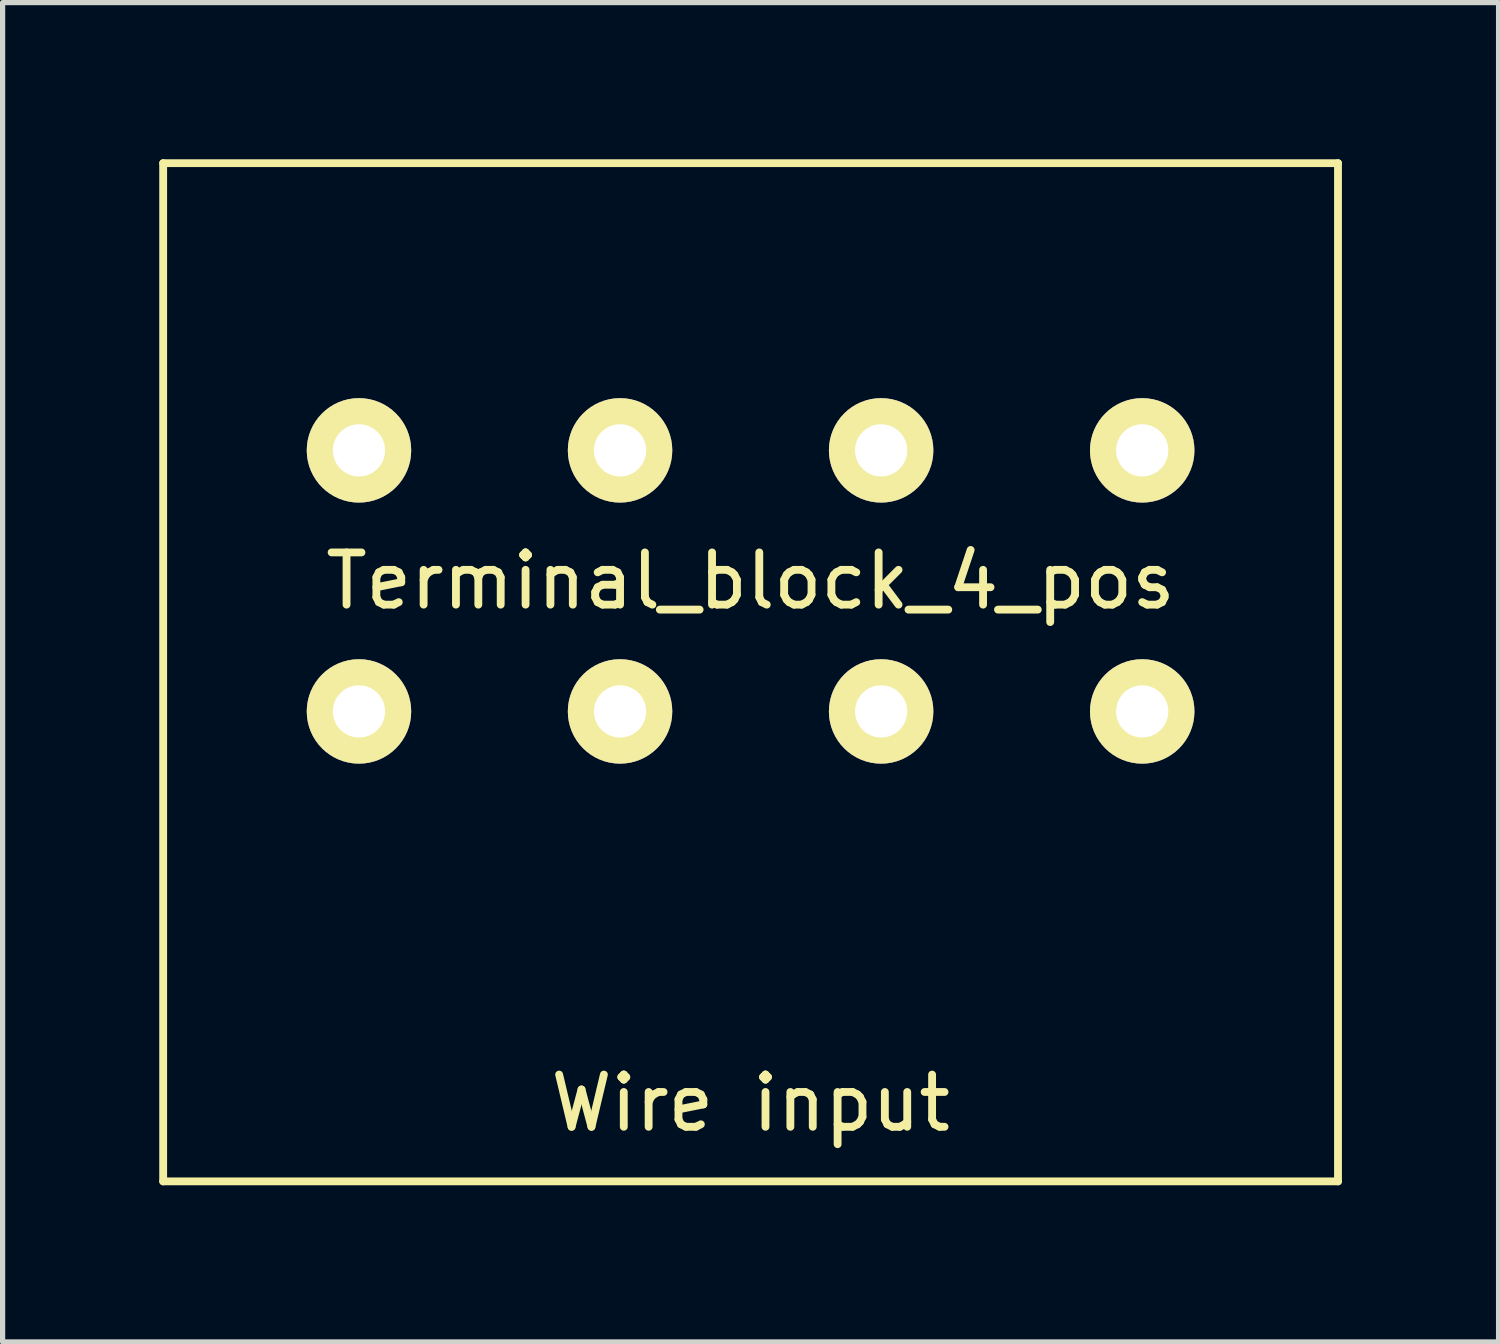
<source format=kicad_pcb>
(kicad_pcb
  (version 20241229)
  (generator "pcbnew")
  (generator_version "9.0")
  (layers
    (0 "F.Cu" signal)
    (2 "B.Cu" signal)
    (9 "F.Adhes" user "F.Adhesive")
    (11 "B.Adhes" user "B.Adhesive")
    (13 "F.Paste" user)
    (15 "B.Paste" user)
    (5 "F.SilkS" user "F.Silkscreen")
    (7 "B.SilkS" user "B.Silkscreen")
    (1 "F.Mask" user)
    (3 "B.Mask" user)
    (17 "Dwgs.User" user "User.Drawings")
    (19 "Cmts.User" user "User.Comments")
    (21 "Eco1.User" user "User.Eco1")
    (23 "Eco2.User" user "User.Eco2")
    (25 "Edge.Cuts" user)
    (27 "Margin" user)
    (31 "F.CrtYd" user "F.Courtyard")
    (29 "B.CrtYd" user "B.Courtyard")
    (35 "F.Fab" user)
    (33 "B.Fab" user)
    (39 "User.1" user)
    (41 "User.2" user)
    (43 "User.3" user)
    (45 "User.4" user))
  (footprint "Terminal_block_4_pos"
    (layer "F.Cu")
    (at 11.325 8.075)
    (property "Reference" "Terminal_block_4_pos" (at 0 0 0) (layer "F.SilkS") (effects (font (size 1 1) (thickness 0.15))))
    (attr through_hole)
    (fp_line (start -11.25 -8) (end -11.25 11.5) (stroke (width 0.15) (type solid)) (layer "F.SilkS"))
    (fp_line (start -11.25 -8) (end 11.25 -8) (stroke (width 0.15) (type solid)) (layer "F.SilkS"))
    (fp_line (start -11.25 11.5) (end 11.25 11.5) (stroke (width 0.15) (type solid)) (layer "F.SilkS"))
    (fp_line (start 11.25 -8) (end 11.25 11.5) (stroke (width 0.15) (type solid)) (layer "F.SilkS"))
    (fp_text user "Wire input" (at 0 10 0) (layer "F.SilkS") (effects (font (size 1 1) (thickness 0.15))))
    (pad "1" thru_hole circle (at -7.5 -2.5) (size 2 2) (drill 1) (layers "*.Cu" "*.Mask" "F.SilkS"))
    (pad "1" thru_hole circle (at -7.5 2.5) (size 2 2) (drill 1) (layers "*.Cu" "*.Mask" "F.SilkS"))
    (pad "2" thru_hole circle (at -2.5 -2.5) (size 2 2) (drill 1) (layers "*.Cu" "*.Mask" "F.SilkS"))
    (pad "2" thru_hole circle (at -2.5 2.5) (size 2 2) (drill 1) (layers "*.Cu" "*.Mask" "F.SilkS"))
    (pad "3" thru_hole circle (at 2.5 -2.5) (size 2 2) (drill 1) (layers "*.Cu" "*.Mask" "F.SilkS"))
    (pad "3" thru_hole circle (at 2.5 2.5) (size 2 2) (drill 1) (layers "*.Cu" "*.Mask" "F.SilkS"))
    (pad "4" thru_hole circle (at 7.5 -2.5) (size 2 2) (drill 1) (layers "*.Cu" "*.Mask" "F.SilkS"))
    (pad "4" thru_hole circle (at 7.5 2.5) (size 2 2) (drill 1) (layers "*.Cu" "*.Mask" "F.SilkS")))
  (gr_rect
    (start -3 -3)
    (end 25.65 22.65)
    (stroke (width 0.1) (type default))
    (fill no)
    (layer "Edge.Cuts")))
</source>
